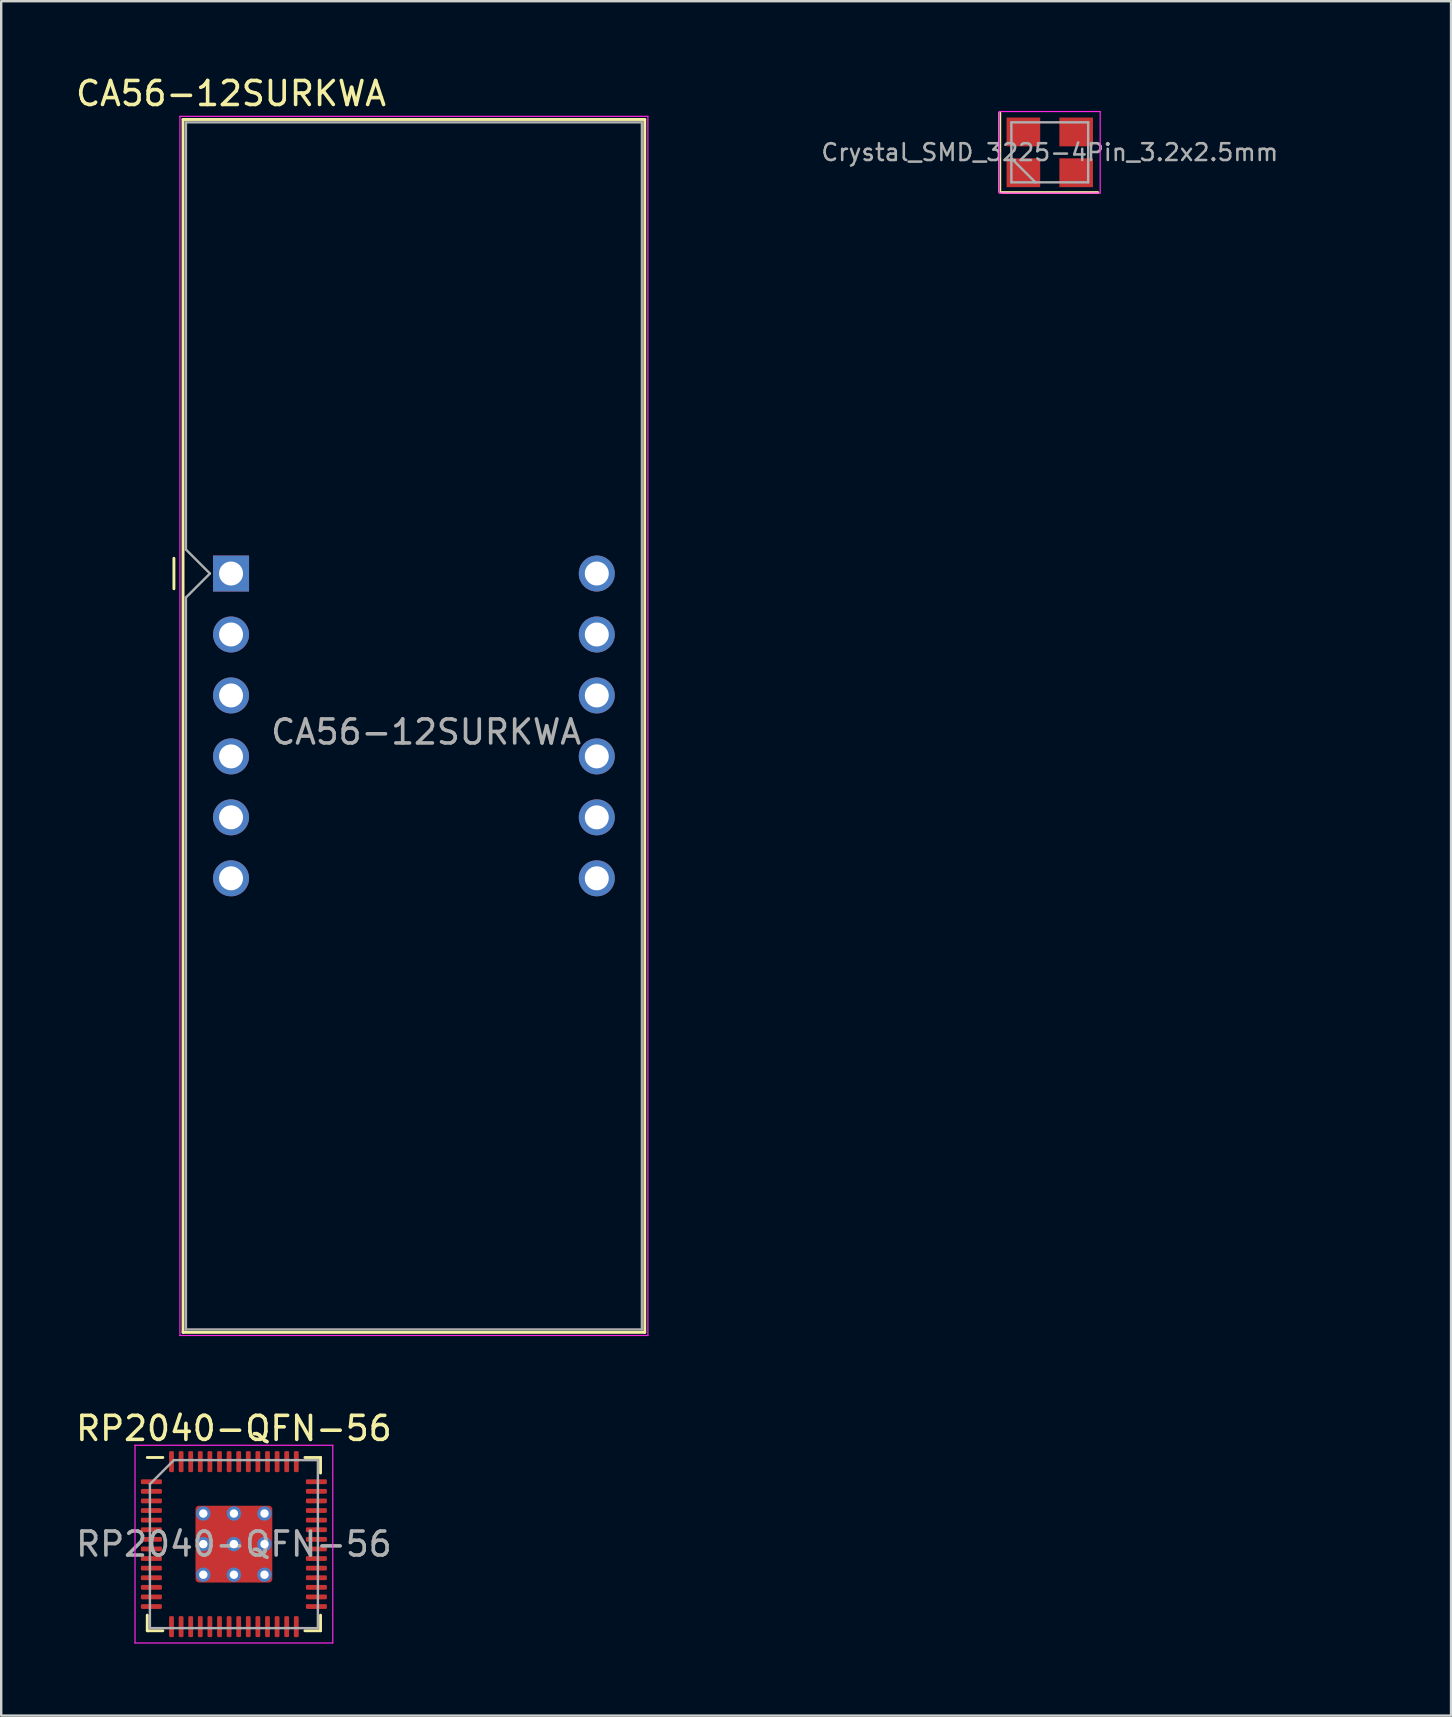
<source format=kicad_pcb>
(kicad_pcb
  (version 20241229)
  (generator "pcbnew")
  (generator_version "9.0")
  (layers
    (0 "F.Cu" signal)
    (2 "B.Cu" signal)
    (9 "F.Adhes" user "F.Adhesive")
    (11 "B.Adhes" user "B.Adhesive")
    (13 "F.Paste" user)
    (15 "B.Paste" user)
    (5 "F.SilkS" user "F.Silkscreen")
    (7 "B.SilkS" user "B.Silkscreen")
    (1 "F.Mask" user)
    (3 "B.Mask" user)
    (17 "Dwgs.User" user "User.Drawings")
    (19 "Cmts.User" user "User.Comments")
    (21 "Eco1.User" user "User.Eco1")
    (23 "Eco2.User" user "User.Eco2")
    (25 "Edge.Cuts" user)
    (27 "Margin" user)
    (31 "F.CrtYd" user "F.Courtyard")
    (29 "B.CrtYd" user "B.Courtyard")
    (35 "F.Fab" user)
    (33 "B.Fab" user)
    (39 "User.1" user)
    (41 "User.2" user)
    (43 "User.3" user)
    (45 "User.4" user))
  (footprint "CA56-12SURKWA"
    (layer "F.Cu")
    (at 6.577 20.848)
    (property "Reference" "CA56-12SURKWA" (at 0 -20 0) (layer "F.SilkS") (effects (font (size 1 1) (thickness 0.15))))
    (attr through_hole)
    (fp_line (start -2.38 -0.635) (end -2.38 0.635) (stroke (width 0.12) (type solid)) (layer "F.SilkS"))
    (fp_line (start -2 -18.92) (end -2 31.62) (stroke (width 0.12) (type solid)) (layer "F.SilkS"))
    (fp_line (start -2 -18.92) (end 17.24 -18.92) (stroke (width 0.12) (type solid)) (layer "F.SilkS"))
    (fp_line (start -2 31.62) (end 17.24 31.62) (stroke (width 0.12) (type solid)) (layer "F.SilkS"))
    (fp_line (start 17.24 31.62) (end 17.24 -18.92) (stroke (width 0.12) (type solid)) (layer "F.SilkS"))
    (fp_line (start -2.13 -19.05) (end 17.37 -19.05) (stroke (width 0.05) (type solid)) (layer "F.CrtYd"))
    (fp_line (start -2.13 31.75) (end -2.13 -19.05) (stroke (width 0.05) (type solid)) (layer "F.CrtYd"))
    (fp_line (start 17.37 -19.05) (end 17.37 31.75) (stroke (width 0.05) (type solid)) (layer "F.CrtYd"))
    (fp_line (start 17.37 31.75) (end -2.13 31.75) (stroke (width 0.05) (type solid)) (layer "F.CrtYd"))
    (fp_line (start -1.88 -18.8) (end 17.12 -18.8) (stroke (width 0.1) (type solid)) (layer "F.Fab"))
    (fp_line (start -1.88 -1) (end -1.88 -18.8) (stroke (width 0.1) (type solid)) (layer "F.Fab"))
    (fp_line (start -1.88 1) (end -1.88 31.5) (stroke (width 0.1) (type solid)) (layer "F.Fab"))
    (fp_line (start -1.88 1) (end -0.88 0) (stroke (width 0.1) (type solid)) (layer "F.Fab"))
    (fp_line (start -1.88 31.5) (end 17.12 31.5) (stroke (width 0.1) (type solid)) (layer "F.Fab"))
    (fp_line (start -0.88 0) (end -1.88 -1) (stroke (width 0.1) (type solid)) (layer "F.Fab"))
    (fp_line (start 17.12 -18.8) (end 17.12 31.5) (stroke (width 0.1) (type solid)) (layer "F.Fab"))
    (fp_text user "${REFERENCE}" (at 8.128 6.604 0) (layer "F.Fab") (effects (font (size 1 1) (thickness 0.15))))
    (pad "1" thru_hole rect (at 0 0) (size 1.5 1.5) (drill 1) (layers "*.Cu" "*.Mask"))
    (pad "2" thru_hole circle (at 0 2.54) (size 1.5 1.5) (drill 1) (layers "*.Cu" "*.Mask"))
    (pad "3" thru_hole circle (at 0 5.08) (size 1.5 1.5) (drill 1) (layers "*.Cu" "*.Mask"))
    (pad "4" thru_hole circle (at 0 7.62) (size 1.5 1.5) (drill 1) (layers "*.Cu" "*.Mask"))
    (pad "5" thru_hole circle (at 0 10.16) (size 1.5 1.5) (drill 1) (layers "*.Cu" "*.Mask"))
    (pad "6" thru_hole circle (at 0 12.7) (size 1.5 1.5) (drill 1) (layers "*.Cu" "*.Mask"))
    (pad "7" thru_hole circle (at 15.24 12.7) (size 1.5 1.5) (drill 1) (layers "*.Cu" "*.Mask"))
    (pad "8" thru_hole circle (at 15.24 10.16) (size 1.5 1.5) (drill 1) (layers "*.Cu" "*.Mask"))
    (pad "9" thru_hole circle (at 15.24 7.62) (size 1.5 1.5) (drill 1) (layers "*.Cu" "*.Mask"))
    (pad "10" thru_hole circle (at 15.24 5.08) (size 1.5 1.5) (drill 1) (layers "*.Cu" "*.Mask"))
    (pad "11" thru_hole circle (at 15.24 2.54) (size 1.5 1.5) (drill 1) (layers "*.Cu" "*.Mask"))
    (pad "12" thru_hole circle (at 15.24 0) (size 1.5 1.5) (drill 1) (layers "*.Cu" "*.Mask")))
  (footprint "RP2040-QFN-56"
    (layer "F.Cu")
    (at 6.696 61.291)
    (property "Reference" "RP2040-QFN-56" (at 0 -4.82 0) (layer "F.SilkS") (effects (font (size 1 1) (thickness 0.15))))
    (attr smd)
    (fp_line (start -3.61 3.61) (end -3.61 2.96) (stroke (width 0.12) (type solid)) (layer "F.SilkS"))
    (fp_line (start -2.96 -3.61) (end -3.61 -3.61) (stroke (width 0.12) (type solid)) (layer "F.SilkS"))
    (fp_line (start -2.96 3.61) (end -3.61 3.61) (stroke (width 0.12) (type solid)) (layer "F.SilkS"))
    (fp_line (start 2.96 -3.61) (end 3.61 -3.61) (stroke (width 0.12) (type solid)) (layer "F.SilkS"))
    (fp_line (start 2.96 3.61) (end 3.61 3.61) (stroke (width 0.12) (type solid)) (layer "F.SilkS"))
    (fp_line (start 3.61 -3.61) (end 3.61 -2.96) (stroke (width 0.12) (type solid)) (layer "F.SilkS"))
    (fp_line (start 3.61 3.61) (end 3.61 2.96) (stroke (width 0.12) (type solid)) (layer "F.SilkS"))
    (fp_line (start -4.12 -4.12) (end -4.12 4.12) (stroke (width 0.05) (type solid)) (layer "F.CrtYd"))
    (fp_line (start -4.12 4.12) (end 4.12 4.12) (stroke (width 0.05) (type solid)) (layer "F.CrtYd"))
    (fp_line (start 4.12 -4.12) (end -4.12 -4.12) (stroke (width 0.05) (type solid)) (layer "F.CrtYd"))
    (fp_line (start 4.12 4.12) (end 4.12 -4.12) (stroke (width 0.05) (type solid)) (layer "F.CrtYd"))
    (fp_line (start -3.5 -2.5) (end -2.5 -3.5) (stroke (width 0.1) (type solid)) (layer "F.Fab"))
    (fp_line (start -3.5 3.5) (end -3.5 -2.5) (stroke (width 0.1) (type solid)) (layer "F.Fab"))
    (fp_line (start -2.5 -3.5) (end 3.5 -3.5) (stroke (width 0.1) (type solid)) (layer "F.Fab"))
    (fp_line (start 3.5 -3.5) (end 3.5 3.5) (stroke (width 0.1) (type solid)) (layer "F.Fab"))
    (fp_line (start 3.5 3.5) (end -3.5 3.5) (stroke (width 0.1) (type solid)) (layer "F.Fab"))
    (fp_text user "${REFERENCE}" (at 0 0 0) (layer "F.Fab") (effects (font (size 1 1) (thickness 0.15))))
    (pad "" smd roundrect (at -0.637 -0.637) (size 1.084 1.084) (layers "F.Paste") (roundrect_rratio 0.231))
    (pad "" smd roundrect (at -0.637 0.637) (size 1.084 1.084) (layers "F.Paste") (roundrect_rratio 0.231))
    (pad "" smd roundrect (at 0.637 -0.637) (size 1.084 1.084) (layers "F.Paste") (roundrect_rratio 0.231))
    (pad "" smd roundrect (at 0.637 0.637) (size 1.084 1.084) (layers "F.Paste") (roundrect_rratio 0.231))
    (pad "1" smd roundrect (at -3.438 -2.6) (size 0.875 0.2) (layers "F.Cu" "F.Mask" "F.Paste") (roundrect_rratio 0.25))
    (pad "2" smd roundrect (at -3.438 -2.2) (size 0.875 0.2) (layers "F.Cu" "F.Mask" "F.Paste") (roundrect_rratio 0.25))
    (pad "3" smd roundrect (at -3.438 -1.8) (size 0.875 0.2) (layers "F.Cu" "F.Mask" "F.Paste") (roundrect_rratio 0.25))
    (pad "4" smd roundrect (at -3.438 -1.4) (size 0.875 0.2) (layers "F.Cu" "F.Mask" "F.Paste") (roundrect_rratio 0.25))
    (pad "5" smd roundrect (at -3.438 -1) (size 0.875 0.2) (layers "F.Cu" "F.Mask" "F.Paste") (roundrect_rratio 0.25))
    (pad "6" smd roundrect (at -3.438 -0.6) (size 0.875 0.2) (layers "F.Cu" "F.Mask" "F.Paste") (roundrect_rratio 0.25))
    (pad "7" smd roundrect (at -3.438 -0.2) (size 0.875 0.2) (layers "F.Cu" "F.Mask" "F.Paste") (roundrect_rratio 0.25))
    (pad "8" smd roundrect (at -3.438 0.2) (size 0.875 0.2) (layers "F.Cu" "F.Mask" "F.Paste") (roundrect_rratio 0.25))
    (pad "9" smd roundrect (at -3.438 0.6) (size 0.875 0.2) (layers "F.Cu" "F.Mask" "F.Paste") (roundrect_rratio 0.25))
    (pad "10" smd roundrect (at -3.438 1) (size 0.875 0.2) (layers "F.Cu" "F.Mask" "F.Paste") (roundrect_rratio 0.25))
    (pad "11" smd roundrect (at -3.438 1.4) (size 0.875 0.2) (layers "F.Cu" "F.Mask" "F.Paste") (roundrect_rratio 0.25))
    (pad "12" smd roundrect (at -3.438 1.8) (size 0.875 0.2) (layers "F.Cu" "F.Mask" "F.Paste") (roundrect_rratio 0.25))
    (pad "13" smd roundrect (at -3.438 2.2) (size 0.875 0.2) (layers "F.Cu" "F.Mask" "F.Paste") (roundrect_rratio 0.25))
    (pad "14" smd roundrect (at -3.438 2.6) (size 0.875 0.2) (layers "F.Cu" "F.Mask" "F.Paste") (roundrect_rratio 0.25))
    (pad "15" smd roundrect (at -2.6 3.438) (size 0.2 0.875) (layers "F.Cu" "F.Mask" "F.Paste") (roundrect_rratio 0.25))
    (pad "16" smd roundrect (at -2.2 3.438) (size 0.2 0.875) (layers "F.Cu" "F.Mask" "F.Paste") (roundrect_rratio 0.25))
    (pad "17" smd roundrect (at -1.8 3.438) (size 0.2 0.875) (layers "F.Cu" "F.Mask" "F.Paste") (roundrect_rratio 0.25))
    (pad "18" smd roundrect (at -1.4 3.438) (size 0.2 0.875) (layers "F.Cu" "F.Mask" "F.Paste") (roundrect_rratio 0.25))
    (pad "19" smd roundrect (at -1 3.438) (size 0.2 0.875) (layers "F.Cu" "F.Mask" "F.Paste") (roundrect_rratio 0.25))
    (pad "20" smd roundrect (at -0.6 3.438) (size 0.2 0.875) (layers "F.Cu" "F.Mask" "F.Paste") (roundrect_rratio 0.25))
    (pad "21" smd roundrect (at -0.2 3.438) (size 0.2 0.875) (layers "F.Cu" "F.Mask" "F.Paste") (roundrect_rratio 0.25))
    (pad "22" smd roundrect (at 0.2 3.438) (size 0.2 0.875) (layers "F.Cu" "F.Mask" "F.Paste") (roundrect_rratio 0.25))
    (pad "23" smd roundrect (at 0.6 3.438) (size 0.2 0.875) (layers "F.Cu" "F.Mask" "F.Paste") (roundrect_rratio 0.25))
    (pad "24" smd roundrect (at 1 3.438) (size 0.2 0.875) (layers "F.Cu" "F.Mask" "F.Paste") (roundrect_rratio 0.25))
    (pad "25" smd roundrect (at 1.4 3.438) (size 0.2 0.875) (layers "F.Cu" "F.Mask" "F.Paste") (roundrect_rratio 0.25))
    (pad "26" smd roundrect (at 1.8 3.438) (size 0.2 0.875) (layers "F.Cu" "F.Mask" "F.Paste") (roundrect_rratio 0.25))
    (pad "27" smd roundrect (at 2.2 3.438) (size 0.2 0.875) (layers "F.Cu" "F.Mask" "F.Paste") (roundrect_rratio 0.25))
    (pad "28" smd roundrect (at 2.6 3.438) (size 0.2 0.875) (layers "F.Cu" "F.Mask" "F.Paste") (roundrect_rratio 0.25))
    (pad "29" smd roundrect (at 3.438 2.6) (size 0.875 0.2) (layers "F.Cu" "F.Mask" "F.Paste") (roundrect_rratio 0.25))
    (pad "30" smd roundrect (at 3.438 2.2) (size 0.875 0.2) (layers "F.Cu" "F.Mask" "F.Paste") (roundrect_rratio 0.25))
    (pad "31" smd roundrect (at 3.438 1.8) (size 0.875 0.2) (layers "F.Cu" "F.Mask" "F.Paste") (roundrect_rratio 0.25))
    (pad "32" smd roundrect (at 3.438 1.4) (size 0.875 0.2) (layers "F.Cu" "F.Mask" "F.Paste") (roundrect_rratio 0.25))
    (pad "33" smd roundrect (at 3.438 1) (size 0.875 0.2) (layers "F.Cu" "F.Mask" "F.Paste") (roundrect_rratio 0.25))
    (pad "34" smd roundrect (at 3.438 0.6) (size 0.875 0.2) (layers "F.Cu" "F.Mask" "F.Paste") (roundrect_rratio 0.25))
    (pad "35" smd roundrect (at 3.438 0.2) (size 0.875 0.2) (layers "F.Cu" "F.Mask" "F.Paste") (roundrect_rratio 0.25))
    (pad "36" smd roundrect (at 3.438 -0.2) (size 0.875 0.2) (layers "F.Cu" "F.Mask" "F.Paste") (roundrect_rratio 0.25))
    (pad "37" smd roundrect (at 3.438 -0.6) (size 0.875 0.2) (layers "F.Cu" "F.Mask" "F.Paste") (roundrect_rratio 0.25))
    (pad "38" smd roundrect (at 3.438 -1) (size 0.875 0.2) (layers "F.Cu" "F.Mask" "F.Paste") (roundrect_rratio 0.25))
    (pad "39" smd roundrect (at 3.438 -1.4) (size 0.875 0.2) (layers "F.Cu" "F.Mask" "F.Paste") (roundrect_rratio 0.25))
    (pad "40" smd roundrect (at 3.438 -1.8) (size 0.875 0.2) (layers "F.Cu" "F.Mask" "F.Paste") (roundrect_rratio 0.25))
    (pad "41" smd roundrect (at 3.438 -2.2) (size 0.875 0.2) (layers "F.Cu" "F.Mask" "F.Paste") (roundrect_rratio 0.25))
    (pad "42" smd roundrect (at 3.438 -2.6) (size 0.875 0.2) (layers "F.Cu" "F.Mask" "F.Paste") (roundrect_rratio 0.25))
    (pad "43" smd roundrect (at 2.6 -3.438) (size 0.2 0.875) (layers "F.Cu" "F.Mask" "F.Paste") (roundrect_rratio 0.25))
    (pad "44" smd roundrect (at 2.2 -3.438) (size 0.2 0.875) (layers "F.Cu" "F.Mask" "F.Paste") (roundrect_rratio 0.25))
    (pad "45" smd roundrect (at 1.8 -3.438) (size 0.2 0.875) (layers "F.Cu" "F.Mask" "F.Paste") (roundrect_rratio 0.25))
    (pad "46" smd roundrect (at 1.4 -3.438) (size 0.2 0.875) (layers "F.Cu" "F.Mask" "F.Paste") (roundrect_rratio 0.25))
    (pad "47" smd roundrect (at 1 -3.438) (size 0.2 0.875) (layers "F.Cu" "F.Mask" "F.Paste") (roundrect_rratio 0.25))
    (pad "48" smd roundrect (at 0.6 -3.438) (size 0.2 0.875) (layers "F.Cu" "F.Mask" "F.Paste") (roundrect_rratio 0.25))
    (pad "49" smd roundrect (at 0.2 -3.438) (size 0.2 0.875) (layers "F.Cu" "F.Mask" "F.Paste") (roundrect_rratio 0.25))
    (pad "50" smd roundrect (at -0.2 -3.438) (size 0.2 0.875) (layers "F.Cu" "F.Mask" "F.Paste") (roundrect_rratio 0.25))
    (pad "51" smd roundrect (at -0.6 -3.438) (size 0.2 0.875) (layers "F.Cu" "F.Mask" "F.Paste") (roundrect_rratio 0.25))
    (pad "52" smd roundrect (at -1 -3.438) (size 0.2 0.875) (layers "F.Cu" "F.Mask" "F.Paste") (roundrect_rratio 0.25))
    (pad "53" smd roundrect (at -1.4 -3.438) (size 0.2 0.875) (layers "F.Cu" "F.Mask" "F.Paste") (roundrect_rratio 0.25))
    (pad "54" smd roundrect (at -1.8 -3.438) (size 0.2 0.875) (layers "F.Cu" "F.Mask" "F.Paste") (roundrect_rratio 0.25))
    (pad "55" smd roundrect (at -2.2 -3.438) (size 0.2 0.875) (layers "F.Cu" "F.Mask" "F.Paste") (roundrect_rratio 0.25))
    (pad "56" smd roundrect (at -2.6 -3.438) (size 0.2 0.875) (layers "F.Cu" "F.Mask" "F.Paste") (roundrect_rratio 0.25))
    (pad "57" thru_hole circle (at -1.275 -1.275) (size 0.6 0.6) (drill 0.35) (layers "*.Cu"))
    (pad "57" thru_hole circle (at -1.275 0) (size 0.6 0.6) (drill 0.35) (layers "*.Cu"))
    (pad "57" thru_hole circle (at -1.275 1.275) (size 0.6 0.6) (drill 0.35) (layers "*.Cu"))
    (pad "57" thru_hole circle (at 0 -1.275) (size 0.6 0.6) (drill 0.35) (layers "*.Cu"))
    (pad "57" thru_hole circle (at 0 0) (size 0.6 0.6) (drill 0.35) (layers "*.Cu"))
    (pad "57" smd roundrect (at 0 0) (size 3.2 3.2) (layers "F.Cu" "F.Mask") (roundrect_rratio 0.045))
    (pad "57" thru_hole circle (at 0 1.275) (size 0.6 0.6) (drill 0.35) (layers "*.Cu"))
    (pad "57" thru_hole circle (at 1.275 -1.275) (size 0.6 0.6) (drill 0.35) (layers "*.Cu"))
    (pad "57" thru_hole circle (at 1.275 0) (size 0.6 0.6) (drill 0.35) (layers "*.Cu"))
    (pad "57" thru_hole circle (at 1.275 1.275) (size 0.6 0.6) (drill 0.35) (layers "*.Cu")))
  (footprint "Crystal_SMD_3225-4Pin_3.2x2.5mm"
    (layer "F.Cu")
    (at 40.693 3.298)
    (property "Reference" "Crystal_SMD_3225-4Pin_3.2x2.5mm" (at 0 -2.45 180) (layer "User.2") (effects (font (size 1 1) (thickness 0.15))))
    (attr smd)
    (fp_line (start -2.083 -1.65) (end -2.083 1.65) (stroke (width 0.12) (type solid)) (layer "F.SilkS"))
    (fp_line (start -2 1.676) (end 2 1.676) (stroke (width 0.12) (type solid)) (layer "F.SilkS"))
    (fp_line (start -2.1 -1.7) (end -2.1 1.7) (stroke (width 0.05) (type solid)) (layer "F.CrtYd"))
    (fp_line (start -2.1 1.7) (end 2.1 1.7) (stroke (width 0.05) (type solid)) (layer "F.CrtYd"))
    (fp_line (start 2.1 -1.7) (end -2.1 -1.7) (stroke (width 0.05) (type solid)) (layer "F.CrtYd"))
    (fp_line (start 2.1 1.7) (end 2.1 -1.7) (stroke (width 0.05) (type solid)) (layer "F.CrtYd"))
    (fp_line (start -1.6 -1.25) (end -1.6 1.25) (stroke (width 0.1) (type solid)) (layer "F.Fab"))
    (fp_line (start -1.6 0.25) (end -0.6 1.25) (stroke (width 0.1) (type solid)) (layer "F.Fab"))
    (fp_line (start -1.6 1.25) (end 1.6 1.25) (stroke (width 0.1) (type solid)) (layer "F.Fab"))
    (fp_line (start 1.6 -1.25) (end -1.6 -1.25) (stroke (width 0.1) (type solid)) (layer "F.Fab"))
    (fp_line (start 1.6 1.25) (end 1.6 -1.25) (stroke (width 0.1) (type solid)) (layer "F.Fab"))
    (fp_text user "${REFERENCE}" (at 0 0 180) (layer "F.Fab") (effects (font (size 0.7 0.7) (thickness 0.105))))
    (pad "1" smd rect (at -1.1 0.85) (size 1.4 1.2) (layers "F.Cu" "F.Mask" "F.Paste"))
    (pad "2" smd rect (at 1.1 0.85) (size 1.4 1.2) (layers "F.Cu" "F.Mask" "F.Paste"))
    (pad "3" smd rect (at 1.1 -0.85) (size 1.4 1.2) (layers "F.Cu" "F.Mask" "F.Paste"))
    (pad "4" smd rect (at -1.1 -0.85) (size 1.4 1.2) (layers "F.Cu" "F.Mask" "F.Paste")))
  (gr_rect
    (start -3 -3)
    (end 57.413 68.436)
    (stroke (width 0.1) (type default))
    (fill no)
    (layer "Edge.Cuts")))
</source>
